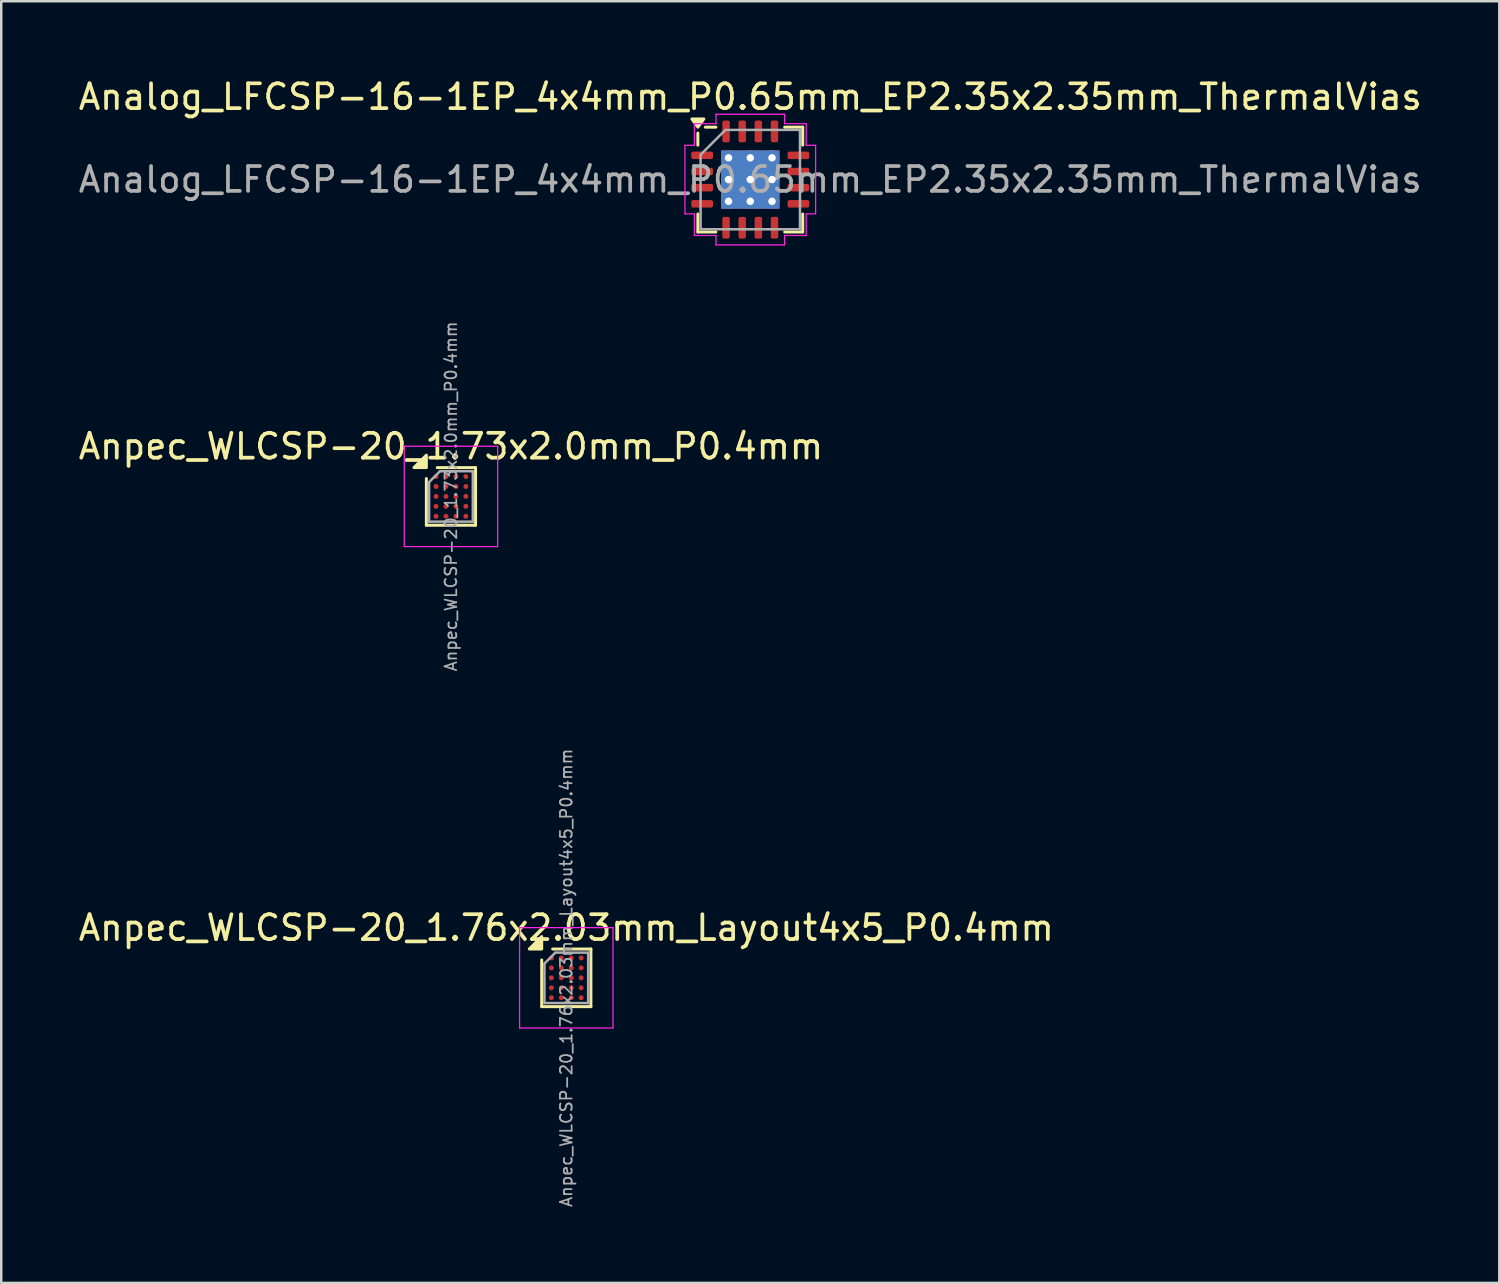
<source format=kicad_pcb>
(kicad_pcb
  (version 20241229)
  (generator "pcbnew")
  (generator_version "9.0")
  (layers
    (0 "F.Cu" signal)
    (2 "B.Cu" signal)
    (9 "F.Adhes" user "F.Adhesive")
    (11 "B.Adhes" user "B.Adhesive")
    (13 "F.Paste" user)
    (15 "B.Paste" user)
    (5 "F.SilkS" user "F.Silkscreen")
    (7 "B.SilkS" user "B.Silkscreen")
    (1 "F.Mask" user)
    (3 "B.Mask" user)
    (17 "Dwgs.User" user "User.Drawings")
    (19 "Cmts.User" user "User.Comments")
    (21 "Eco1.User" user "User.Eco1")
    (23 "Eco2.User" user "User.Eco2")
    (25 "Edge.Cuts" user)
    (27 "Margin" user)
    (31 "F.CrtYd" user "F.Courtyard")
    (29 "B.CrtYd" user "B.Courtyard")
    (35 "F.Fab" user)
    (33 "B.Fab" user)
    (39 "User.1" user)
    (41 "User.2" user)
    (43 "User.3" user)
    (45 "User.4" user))
  (footprint "Anpec_WLCSP-20_1.76x2.03mm_Layout4x5_P0.4mm"
    (layer "F.Cu")
    (at 19.744 36.308)
    (property "Reference" "Anpec_WLCSP-20_1.76x2.03mm_Layout4x5_P0.4mm" (at 0 -2.015 0) (layer "F.SilkS") (effects (font (size 1 1) (thickness 0.15))))
    (attr smd)
    (fp_line (start -0.99 1.16) (end -0.99 -0.72) (stroke (width 0.12) (type solid)) (layer "F.SilkS"))
    (fp_line (start -0.55 -1.16) (end 0.99 -1.16) (stroke (width 0.12) (type solid)) (layer "F.SilkS"))
    (fp_line (start 0.99 -1.16) (end 0.99 1.16) (stroke (width 0.12) (type solid)) (layer "F.SilkS"))
    (fp_line (start 0.99 1.16) (end -0.99 1.16) (stroke (width 0.12) (type solid)) (layer "F.SilkS"))
    (fp_poly (pts (xy -0.99 -1.16) (xy -1.49 -1.16) (xy -0.99 -1.66) (xy -0.99 -1.16)) (stroke (width 0.12) (type solid)) (fill yes) (layer "F.SilkS"))
    (fp_line (start -1.88 -2.02) (end -1.88 2.02) (stroke (width 0.05) (type solid)) (layer "F.CrtYd"))
    (fp_line (start -1.88 2.02) (end 1.88 2.02) (stroke (width 0.05) (type solid)) (layer "F.CrtYd"))
    (fp_line (start 1.88 -2.02) (end -1.88 -2.02) (stroke (width 0.05) (type solid)) (layer "F.CrtYd"))
    (fp_line (start 1.88 2.02) (end 1.88 -2.02) (stroke (width 0.05) (type solid)) (layer "F.CrtYd"))
    (fp_line (start -0.88 -0.575) (end -0.44 -1.015) (stroke (width 0.1) (type solid)) (layer "F.Fab"))
    (fp_line (start -0.88 1.015) (end -0.88 -0.575) (stroke (width 0.1) (type solid)) (layer "F.Fab"))
    (fp_line (start -0.44 -1.015) (end 0.88 -1.015) (stroke (width 0.1) (type solid)) (layer "F.Fab"))
    (fp_line (start 0.88 -1.015) (end 0.88 1.015) (stroke (width 0.1) (type solid)) (layer "F.Fab"))
    (fp_line (start 0.88 1.015) (end -0.88 1.015) (stroke (width 0.1) (type solid)) (layer "F.Fab"))
    (fp_text user "${REFERENCE}" (at 0 0 270) (layer "F.Fab") (effects (font (size 0.47 0.47) (thickness 0.07))))
    (pad "A1" smd circle (at -0.6 -0.8) (size 0.2 0.2) (property pad_prop_bga) (layers "F.Cu" "F.Mask" "F.Paste"))
    (pad "A2" smd circle (at -0.2 -0.8) (size 0.2 0.2) (property pad_prop_bga) (layers "F.Cu" "F.Mask" "F.Paste"))
    (pad "A3" smd circle (at 0.2 -0.8) (size 0.2 0.2) (property pad_prop_bga) (layers "F.Cu" "F.Mask" "F.Paste"))
    (pad "A4" smd circle (at 0.6 -0.8) (size 0.2 0.2) (property pad_prop_bga) (layers "F.Cu" "F.Mask" "F.Paste"))
    (pad "B1" smd circle (at -0.6 -0.4) (size 0.2 0.2) (property pad_prop_bga) (layers "F.Cu" "F.Mask" "F.Paste"))
    (pad "B2" smd circle (at -0.2 -0.4) (size 0.2 0.2) (property pad_prop_bga) (layers "F.Cu" "F.Mask" "F.Paste"))
    (pad "B3" smd circle (at 0.2 -0.4) (size 0.2 0.2) (property pad_prop_bga) (layers "F.Cu" "F.Mask" "F.Paste"))
    (pad "B4" smd circle (at 0.6 -0.4) (size 0.2 0.2) (property pad_prop_bga) (layers "F.Cu" "F.Mask" "F.Paste"))
    (pad "C1" smd circle (at -0.6 0) (size 0.2 0.2) (property pad_prop_bga) (layers "F.Cu" "F.Mask" "F.Paste"))
    (pad "C2" smd circle (at -0.2 0) (size 0.2 0.2) (property pad_prop_bga) (layers "F.Cu" "F.Mask" "F.Paste"))
    (pad "C3" smd circle (at 0.2 0) (size 0.2 0.2) (property pad_prop_bga) (layers "F.Cu" "F.Mask" "F.Paste"))
    (pad "C4" smd circle (at 0.6 0) (size 0.2 0.2) (property pad_prop_bga) (layers "F.Cu" "F.Mask" "F.Paste"))
    (pad "D1" smd circle (at -0.6 0.4) (size 0.2 0.2) (property pad_prop_bga) (layers "F.Cu" "F.Mask" "F.Paste"))
    (pad "D2" smd circle (at -0.2 0.4) (size 0.2 0.2) (property pad_prop_bga) (layers "F.Cu" "F.Mask" "F.Paste"))
    (pad "D3" smd circle (at 0.2 0.4) (size 0.2 0.2) (property pad_prop_bga) (layers "F.Cu" "F.Mask" "F.Paste"))
    (pad "D4" smd circle (at 0.6 0.4) (size 0.2 0.2) (property pad_prop_bga) (layers "F.Cu" "F.Mask" "F.Paste"))
    (pad "E1" smd circle (at -0.6 0.8) (size 0.2 0.2) (property pad_prop_bga) (layers "F.Cu" "F.Mask" "F.Paste"))
    (pad "E2" smd circle (at -0.2 0.8) (size 0.2 0.2) (property pad_prop_bga) (layers "F.Cu" "F.Mask" "F.Paste"))
    (pad "E3" smd circle (at 0.2 0.8) (size 0.2 0.2) (property pad_prop_bga) (layers "F.Cu" "F.Mask" "F.Paste"))
    (pad "E4" smd circle (at 0.6 0.8) (size 0.2 0.2) (property pad_prop_bga) (layers "F.Cu" "F.Mask" "F.Paste")))
  (footprint "Analog_LFCSP-16-1EP_4x4mm_P0.65mm_EP2.35x2.35mm_ThermalVias"
    (layer "F.Cu")
    (at 27.149 4.178)
    (property "Reference" "Analog_LFCSP-16-1EP_4x4mm_P0.65mm_EP2.35x2.35mm_ThermalVias" (at 0 -3.33 0) (layer "F.SilkS") (effects (font (size 1 1) (thickness 0.15))))
    (attr smd)
    (fp_line (start -2.11 -1.385) (end -2.11 -1.87) (stroke (width 0.12) (type solid)) (layer "F.SilkS"))
    (fp_line (start -2.11 2.11) (end -2.11 1.385) (stroke (width 0.12) (type solid)) (layer "F.SilkS"))
    (fp_line (start -1.385 -2.11) (end -1.81 -2.11) (stroke (width 0.12) (type solid)) (layer "F.SilkS"))
    (fp_line (start -1.385 2.11) (end -2.11 2.11) (stroke (width 0.12) (type solid)) (layer "F.SilkS"))
    (fp_line (start 1.385 -2.11) (end 2.11 -2.11) (stroke (width 0.12) (type solid)) (layer "F.SilkS"))
    (fp_line (start 1.385 2.11) (end 2.11 2.11) (stroke (width 0.12) (type solid)) (layer "F.SilkS"))
    (fp_line (start 2.11 -2.11) (end 2.11 -1.385) (stroke (width 0.12) (type solid)) (layer "F.SilkS"))
    (fp_line (start 2.11 2.11) (end 2.11 1.385) (stroke (width 0.12) (type solid)) (layer "F.SilkS"))
    (fp_poly (pts (xy -2.11 -2.11) (xy -2.35 -2.44) (xy -1.87 -2.44)) (stroke (width 0.12) (type solid)) (fill yes) (layer "F.SilkS"))
    (fp_line (start -2.63 -1.38) (end -2.25 -1.38) (stroke (width 0.05) (type solid)) (layer "F.CrtYd"))
    (fp_line (start -2.63 1.38) (end -2.63 -1.38) (stroke (width 0.05) (type solid)) (layer "F.CrtYd"))
    (fp_line (start -2.25 -2.25) (end -1.38 -2.25) (stroke (width 0.05) (type solid)) (layer "F.CrtYd"))
    (fp_line (start -2.25 -1.38) (end -2.25 -2.25) (stroke (width 0.05) (type solid)) (layer "F.CrtYd"))
    (fp_line (start -2.25 1.38) (end -2.63 1.38) (stroke (width 0.05) (type solid)) (layer "F.CrtYd"))
    (fp_line (start -2.25 2.25) (end -2.25 1.38) (stroke (width 0.05) (type solid)) (layer "F.CrtYd"))
    (fp_line (start -1.38 -2.63) (end 1.38 -2.63) (stroke (width 0.05) (type solid)) (layer "F.CrtYd"))
    (fp_line (start -1.38 -2.25) (end -1.38 -2.63) (stroke (width 0.05) (type solid)) (layer "F.CrtYd"))
    (fp_line (start -1.38 2.25) (end -2.25 2.25) (stroke (width 0.05) (type solid)) (layer "F.CrtYd"))
    (fp_line (start -1.38 2.63) (end -1.38 2.25) (stroke (width 0.05) (type solid)) (layer "F.CrtYd"))
    (fp_line (start 1.38 -2.63) (end 1.38 -2.25) (stroke (width 0.05) (type solid)) (layer "F.CrtYd"))
    (fp_line (start 1.38 -2.25) (end 2.25 -2.25) (stroke (width 0.05) (type solid)) (layer "F.CrtYd"))
    (fp_line (start 1.38 2.25) (end 1.38 2.63) (stroke (width 0.05) (type solid)) (layer "F.CrtYd"))
    (fp_line (start 1.38 2.63) (end -1.38 2.63) (stroke (width 0.05) (type solid)) (layer "F.CrtYd"))
    (fp_line (start 2.25 -2.25) (end 2.25 -1.38) (stroke (width 0.05) (type solid)) (layer "F.CrtYd"))
    (fp_line (start 2.25 -1.38) (end 2.63 -1.38) (stroke (width 0.05) (type solid)) (layer "F.CrtYd"))
    (fp_line (start 2.25 1.38) (end 2.25 2.25) (stroke (width 0.05) (type solid)) (layer "F.CrtYd"))
    (fp_line (start 2.25 2.25) (end 1.38 2.25) (stroke (width 0.05) (type solid)) (layer "F.CrtYd"))
    (fp_line (start 2.63 -1.38) (end 2.63 1.38) (stroke (width 0.05) (type solid)) (layer "F.CrtYd"))
    (fp_line (start 2.63 1.38) (end 2.25 1.38) (stroke (width 0.05) (type solid)) (layer "F.CrtYd"))
    (fp_poly (pts (xy -2 -1) (xy -2 2) (xy 2 2) (xy 2 -2) (xy -1 -2)) (stroke (width 0.1) (type solid)) (fill no) (layer "F.Fab"))
    (fp_text user "${REFERENCE}" (at 0 0 0) (layer "F.Fab") (effects (font (size 1 1) (thickness 0.15))))
    (pad "" smd roundrect (at -0.59 -0.59) (size 1.02 1.02) (layers "F.Paste") (roundrect_rratio 0.245))
    (pad "" smd roundrect (at -0.59 0.59) (size 1.02 1.02) (layers "F.Paste") (roundrect_rratio 0.245))
    (pad "" smd roundrect (at 0.59 -0.59) (size 1.02 1.02) (layers "F.Paste") (roundrect_rratio 0.245))
    (pad "" smd roundrect (at 0.59 0.59) (size 1.02 1.02) (layers "F.Paste") (roundrect_rratio 0.245))
    (pad "1" smd roundrect (at -1.938 -0.975) (size 0.875 0.3) (layers "F.Cu" "F.Mask" "F.Paste") (roundrect_rratio 0.25))
    (pad "2" smd roundrect (at -1.938 -0.325) (size 0.875 0.3) (layers "F.Cu" "F.Mask" "F.Paste") (roundrect_rratio 0.25))
    (pad "3" smd roundrect (at -1.938 0.325) (size 0.875 0.3) (layers "F.Cu" "F.Mask" "F.Paste") (roundrect_rratio 0.25))
    (pad "4" smd roundrect (at -1.938 0.975) (size 0.875 0.3) (layers "F.Cu" "F.Mask" "F.Paste") (roundrect_rratio 0.25))
    (pad "5" smd roundrect (at -0.975 1.938) (size 0.3 0.875) (layers "F.Cu" "F.Mask" "F.Paste") (roundrect_rratio 0.25))
    (pad "6" smd roundrect (at -0.325 1.938) (size 0.3 0.875) (layers "F.Cu" "F.Mask" "F.Paste") (roundrect_rratio 0.25))
    (pad "7" smd roundrect (at 0.325 1.938) (size 0.3 0.875) (layers "F.Cu" "F.Mask" "F.Paste") (roundrect_rratio 0.25))
    (pad "8" smd roundrect (at 0.975 1.938) (size 0.3 0.875) (layers "F.Cu" "F.Mask" "F.Paste") (roundrect_rratio 0.25))
    (pad "9" smd roundrect (at 1.938 0.975) (size 0.875 0.3) (layers "F.Cu" "F.Mask" "F.Paste") (roundrect_rratio 0.25))
    (pad "10" smd roundrect (at 1.938 0.325) (size 0.875 0.3) (layers "F.Cu" "F.Mask" "F.Paste") (roundrect_rratio 0.25))
    (pad "11" smd roundrect (at 1.938 -0.325) (size 0.875 0.3) (layers "F.Cu" "F.Mask" "F.Paste") (roundrect_rratio 0.25))
    (pad "12" smd roundrect (at 1.938 -0.975) (size 0.875 0.3) (layers "F.Cu" "F.Mask" "F.Paste") (roundrect_rratio 0.25))
    (pad "13" smd roundrect (at 0.975 -1.938) (size 0.3 0.875) (layers "F.Cu" "F.Mask" "F.Paste") (roundrect_rratio 0.25))
    (pad "14" smd roundrect (at 0.325 -1.938) (size 0.3 0.875) (layers "F.Cu" "F.Mask" "F.Paste") (roundrect_rratio 0.25))
    (pad "15" smd roundrect (at -0.325 -1.938) (size 0.3 0.875) (layers "F.Cu" "F.Mask" "F.Paste") (roundrect_rratio 0.25))
    (pad "16" smd roundrect (at -0.975 -1.938) (size 0.3 0.875) (layers "F.Cu" "F.Mask" "F.Paste") (roundrect_rratio 0.25))
    (pad "17" thru_hole circle (at -0.875 -0.875) (size 0.6 0.6) (drill 0.3) (property pad_prop_heatsink) (layers "*.Cu"))
    (pad "17" thru_hole circle (at -0.875 0) (size 0.6 0.6) (drill 0.3) (property pad_prop_heatsink) (layers "*.Cu"))
    (pad "17" thru_hole circle (at -0.875 0.875) (size 0.6 0.6) (drill 0.3) (property pad_prop_heatsink) (layers "*.Cu"))
    (pad "17" thru_hole circle (at 0 -0.875) (size 0.6 0.6) (drill 0.3) (property pad_prop_heatsink) (layers "*.Cu"))
    (pad "17" thru_hole circle (at 0 0) (size 0.6 0.6) (drill 0.3) (property pad_prop_heatsink) (layers "*.Cu"))
    (pad "17" smd rect (at 0 0) (size 2.35 2.35) (property pad_prop_heatsink) (layers "F.Cu" "F.Mask"))
    (pad "17" smd rect (at 0 0) (size 2.35 2.35) (property pad_prop_heatsink) (layers "B.Cu"))
    (pad "17" thru_hole circle (at 0 0.875) (size 0.6 0.6) (drill 0.3) (property pad_prop_heatsink) (layers "*.Cu"))
    (pad "17" thru_hole circle (at 0.875 -0.875) (size 0.6 0.6) (drill 0.3) (property pad_prop_heatsink) (layers "*.Cu"))
    (pad "17" thru_hole circle (at 0.875 0) (size 0.6 0.6) (drill 0.3) (property pad_prop_heatsink) (layers "*.Cu"))
    (pad "17" thru_hole circle (at 0.875 0.875) (size 0.6 0.6) (drill 0.3) (property pad_prop_heatsink) (layers "*.Cu")))
  (footprint "Anpec_WLCSP-20_1.73x2.0mm_P0.4mm"
    (layer "F.Cu")
    (at 15.101 16.931)
    (property "Reference" "Anpec_WLCSP-20_1.73x2.0mm_P0.4mm" (at 0 -2.015 0) (layer "F.SilkS") (effects (font (size 1 1) (thickness 0.15))))
    (attr smd)
    (fp_line (start -0.99 1.16) (end -0.99 -0.72) (stroke (width 0.12) (type solid)) (layer "F.SilkS"))
    (fp_line (start -0.55 -1.16) (end 0.99 -1.16) (stroke (width 0.12) (type solid)) (layer "F.SilkS"))
    (fp_line (start 0.99 -1.16) (end 0.99 1.16) (stroke (width 0.12) (type solid)) (layer "F.SilkS"))
    (fp_line (start 0.99 1.16) (end -0.99 1.16) (stroke (width 0.12) (type solid)) (layer "F.SilkS"))
    (fp_poly (pts (xy -0.99 -1.16) (xy -1.49 -1.16) (xy -0.99 -1.66) (xy -0.99 -1.16)) (stroke (width 0.12) (type solid)) (fill yes) (layer "F.SilkS"))
    (fp_line (start -1.88 -2.02) (end -1.88 2.02) (stroke (width 0.05) (type solid)) (layer "F.CrtYd"))
    (fp_line (start -1.88 2.02) (end 1.88 2.02) (stroke (width 0.05) (type solid)) (layer "F.CrtYd"))
    (fp_line (start 1.88 -2.02) (end -1.88 -2.02) (stroke (width 0.05) (type solid)) (layer "F.CrtYd"))
    (fp_line (start 1.88 2.02) (end 1.88 -2.02) (stroke (width 0.05) (type solid)) (layer "F.CrtYd"))
    (fp_line (start -0.88 -0.575) (end -0.44 -1.015) (stroke (width 0.1) (type solid)) (layer "F.Fab"))
    (fp_line (start -0.88 1.015) (end -0.88 -0.575) (stroke (width 0.1) (type solid)) (layer "F.Fab"))
    (fp_line (start -0.44 -1.015) (end 0.88 -1.015) (stroke (width 0.1) (type solid)) (layer "F.Fab"))
    (fp_line (start 0.88 -1.015) (end 0.88 1.015) (stroke (width 0.1) (type solid)) (layer "F.Fab"))
    (fp_line (start 0.88 1.015) (end -0.88 1.015) (stroke (width 0.1) (type solid)) (layer "F.Fab"))
    (fp_text user "${REFERENCE}" (at 0 0 270) (layer "F.Fab") (effects (font (size 0.47 0.47) (thickness 0.07))))
    (pad "A1" smd circle (at -0.6 -0.8) (size 0.2 0.2) (property pad_prop_bga) (layers "F.Cu" "F.Mask" "F.Paste"))
    (pad "A2" smd circle (at -0.2 -0.8) (size 0.2 0.2) (property pad_prop_bga) (layers "F.Cu" "F.Mask" "F.Paste"))
    (pad "A3" smd circle (at 0.2 -0.8) (size 0.2 0.2) (property pad_prop_bga) (layers "F.Cu" "F.Mask" "F.Paste"))
    (pad "A4" smd circle (at 0.6 -0.8) (size 0.2 0.2) (property pad_prop_bga) (layers "F.Cu" "F.Mask" "F.Paste"))
    (pad "B1" smd circle (at -0.6 -0.4) (size 0.2 0.2) (property pad_prop_bga) (layers "F.Cu" "F.Mask" "F.Paste"))
    (pad "B2" smd circle (at -0.2 -0.4) (size 0.2 0.2) (property pad_prop_bga) (layers "F.Cu" "F.Mask" "F.Paste"))
    (pad "B3" smd circle (at 0.2 -0.4) (size 0.2 0.2) (property pad_prop_bga) (layers "F.Cu" "F.Mask" "F.Paste"))
    (pad "B4" smd circle (at 0.6 -0.4) (size 0.2 0.2) (property pad_prop_bga) (layers "F.Cu" "F.Mask" "F.Paste"))
    (pad "C1" smd circle (at -0.6 0) (size 0.2 0.2) (property pad_prop_bga) (layers "F.Cu" "F.Mask" "F.Paste"))
    (pad "C2" smd circle (at -0.2 0) (size 0.2 0.2) (property pad_prop_bga) (layers "F.Cu" "F.Mask" "F.Paste"))
    (pad "C3" smd circle (at 0.2 0) (size 0.2 0.2) (property pad_prop_bga) (layers "F.Cu" "F.Mask" "F.Paste"))
    (pad "C4" smd circle (at 0.6 0) (size 0.2 0.2) (property pad_prop_bga) (layers "F.Cu" "F.Mask" "F.Paste"))
    (pad "D1" smd circle (at -0.6 0.4) (size 0.2 0.2) (property pad_prop_bga) (layers "F.Cu" "F.Mask" "F.Paste"))
    (pad "D2" smd circle (at -0.2 0.4) (size 0.2 0.2) (property pad_prop_bga) (layers "F.Cu" "F.Mask" "F.Paste"))
    (pad "D3" smd circle (at 0.2 0.4) (size 0.2 0.2) (property pad_prop_bga) (layers "F.Cu" "F.Mask" "F.Paste"))
    (pad "D4" smd circle (at 0.6 0.4) (size 0.2 0.2) (property pad_prop_bga) (layers "F.Cu" "F.Mask" "F.Paste"))
    (pad "E1" smd circle (at -0.6 0.8) (size 0.2 0.2) (property pad_prop_bga) (layers "F.Cu" "F.Mask" "F.Paste"))
    (pad "E2" smd circle (at -0.2 0.8) (size 0.2 0.2) (property pad_prop_bga) (layers "F.Cu" "F.Mask" "F.Paste"))
    (pad "E3" smd circle (at 0.2 0.8) (size 0.2 0.2) (property pad_prop_bga) (layers "F.Cu" "F.Mask" "F.Paste"))
    (pad "E4" smd circle (at 0.6 0.8) (size 0.2 0.2) (property pad_prop_bga) (layers "F.Cu" "F.Mask" "F.Paste")))
  (gr_rect
    (start -3 -3)
    (end 57.298 48.588)
    (stroke (width 0.1) (type default))
    (fill no)
    (layer "Edge.Cuts")))
</source>
